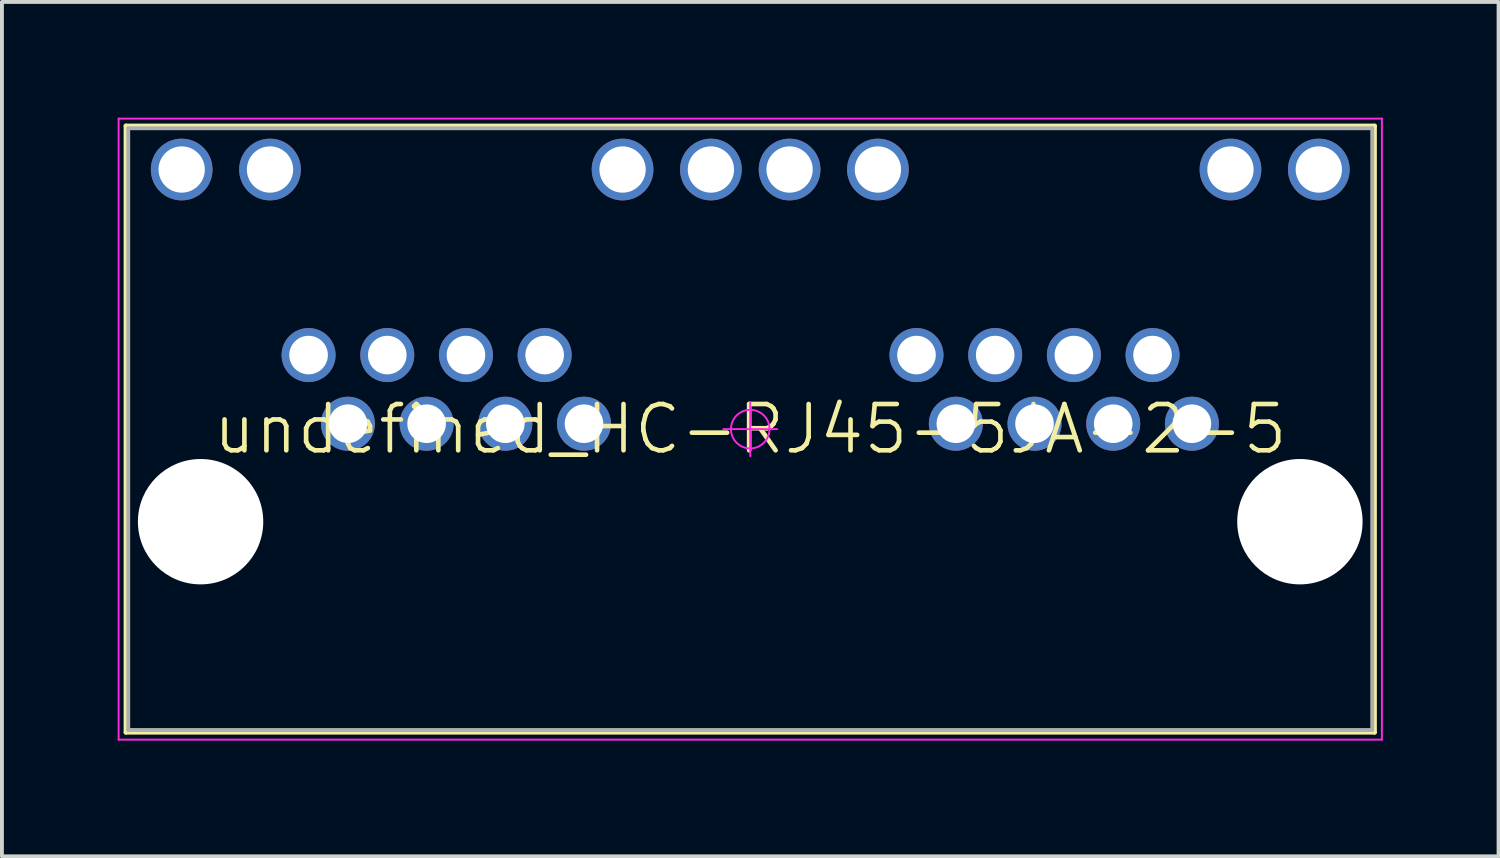
<source format=kicad_pcb>
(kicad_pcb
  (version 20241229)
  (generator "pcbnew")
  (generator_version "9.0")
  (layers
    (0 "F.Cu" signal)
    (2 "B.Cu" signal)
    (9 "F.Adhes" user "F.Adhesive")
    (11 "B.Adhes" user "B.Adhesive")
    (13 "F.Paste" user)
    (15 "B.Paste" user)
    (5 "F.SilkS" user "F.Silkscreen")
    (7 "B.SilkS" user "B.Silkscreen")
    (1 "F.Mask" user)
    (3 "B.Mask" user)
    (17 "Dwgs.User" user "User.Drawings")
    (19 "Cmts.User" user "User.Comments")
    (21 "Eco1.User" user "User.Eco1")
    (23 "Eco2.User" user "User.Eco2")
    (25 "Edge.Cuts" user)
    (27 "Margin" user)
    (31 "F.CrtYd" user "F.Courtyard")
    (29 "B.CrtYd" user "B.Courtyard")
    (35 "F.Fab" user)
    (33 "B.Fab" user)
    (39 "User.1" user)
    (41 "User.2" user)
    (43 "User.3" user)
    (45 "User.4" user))
  (footprint "undefined_HC-RJ45-5JA-2-5"
    (layer "F.Cu")
    (at 16.4 8.075)
    (property "Reference" "undefined_HC-RJ45-5JA-2-5" (at 0 0 0) (layer "F.SilkS") (effects (font (size 1.2 1.2) (thickness 0.12))))
    (attr through_hole)
    (fp_line (start -16.185 -7.86) (end 16.185 -7.86) (stroke (width 0.12) (type solid)) (layer "F.SilkS"))
    (fp_line (start -16.185 7.86) (end -16.185 -7.86) (stroke (width 0.12) (type solid)) (layer "F.SilkS"))
    (fp_line (start 16.185 -7.86) (end 16.185 7.86) (stroke (width 0.12) (type solid)) (layer "F.SilkS"))
    (fp_line (start 16.185 7.86) (end -16.185 7.86) (stroke (width 0.12) (type solid)) (layer "F.SilkS"))
    (fp_line (start -16.375 -8.05) (end 16.375 -8.05) (stroke (width 0.05) (type solid)) (layer "F.CrtYd"))
    (fp_line (start -16.375 8.05) (end -16.375 -8.05) (stroke (width 0.05) (type solid)) (layer "F.CrtYd"))
    (fp_line (start -0.7 0) (end 0.7 0) (stroke (width 0.05) (type solid)) (layer "F.CrtYd"))
    (fp_line (start 0 -0.7) (end 0 0.7) (stroke (width 0.05) (type solid)) (layer "F.CrtYd"))
    (fp_line (start 16.375 -8.05) (end 16.375 8.05) (stroke (width 0.05) (type solid)) (layer "F.CrtYd"))
    (fp_line (start 16.375 8.05) (end -16.375 8.05) (stroke (width 0.05) (type solid)) (layer "F.CrtYd"))
    (fp_circle (center 0 0) (end 0 0.5) (stroke (width 0.05) (type solid)) (fill no) (layer "F.CrtYd"))
    (fp_line (start -16.125 -7.8) (end 16.125 -7.8) (stroke (width 0.1) (type solid)) (layer "F.Fab"))
    (fp_line (start -16.125 7.8) (end -16.125 -7.8) (stroke (width 0.1) (type solid)) (layer "F.Fab"))
    (fp_line (start 16.125 -7.8) (end 16.125 7.8) (stroke (width 0.1) (type solid)) (layer "F.Fab"))
    (fp_line (start 16.125 7.8) (end -16.125 7.8) (stroke (width 0.1) (type solid)) (layer "F.Fab"))
    (pad "" np_thru_hole circle (at -14.25 2.4) (size 3.25 3.25) (drill 3.25) (layers "*.Cu" "*.Mask"))
    (pad "" np_thru_hole circle (at 14.25 2.4) (size 3.25 3.25) (drill 3.25) (layers "*.Cu" "*.Mask"))
    (pad "1" thru_hole circle (at 11.45 -0.14) (size 1.4 1.4) (drill 1) (layers "*.Cu" "*.Mask"))
    (pad "2" thru_hole circle (at 10.43 -1.92) (size 1.4 1.4) (drill 1) (layers "*.Cu" "*.Mask"))
    (pad "3" thru_hole circle (at 9.41 -0.14) (size 1.4 1.4) (drill 1) (layers "*.Cu" "*.Mask"))
    (pad "4" thru_hole circle (at 8.39 -1.92) (size 1.4 1.4) (drill 1) (layers "*.Cu" "*.Mask"))
    (pad "5" thru_hole circle (at 7.37 -0.14) (size 1.4 1.4) (drill 1) (layers "*.Cu" "*.Mask"))
    (pad "6" thru_hole circle (at 6.35 -1.92) (size 1.4 1.4) (drill 1) (layers "*.Cu" "*.Mask"))
    (pad "7" thru_hole circle (at 5.33 -0.14) (size 1.4 1.4) (drill 1) (layers "*.Cu" "*.Mask"))
    (pad "8" thru_hole circle (at 4.31 -1.92) (size 1.4 1.4) (drill 1) (layers "*.Cu" "*.Mask"))
    (pad "9" thru_hole circle (at 14.74 -6.73) (size 1.6 1.6) (drill 1.2) (layers "*.Cu" "*.Mask"))
    (pad "10" thru_hole circle (at 12.45 -6.73) (size 1.6 1.6) (drill 1.2) (layers "*.Cu" "*.Mask"))
    (pad "11" thru_hole circle (at 3.31 -6.73) (size 1.6 1.6) (drill 1.2) (layers "*.Cu" "*.Mask"))
    (pad "12" thru_hole circle (at 1.02 -6.73) (size 1.6 1.6) (drill 1.2) (layers "*.Cu" "*.Mask"))
    (pad "13" thru_hole circle (at -4.31 -0.14) (size 1.4 1.4) (drill 1) (layers "*.Cu" "*.Mask"))
    (pad "14" thru_hole circle (at -5.33 -1.92) (size 1.4 1.4) (drill 1) (layers "*.Cu" "*.Mask"))
    (pad "15" thru_hole circle (at -6.35 -0.14) (size 1.4 1.4) (drill 1) (layers "*.Cu" "*.Mask"))
    (pad "16" thru_hole circle (at -7.37 -1.92) (size 1.4 1.4) (drill 1) (layers "*.Cu" "*.Mask"))
    (pad "17" thru_hole circle (at -8.39 -0.14) (size 1.4 1.4) (drill 1) (layers "*.Cu" "*.Mask"))
    (pad "18" thru_hole circle (at -9.41 -1.92) (size 1.4 1.4) (drill 1) (layers "*.Cu" "*.Mask"))
    (pad "19" thru_hole circle (at -10.43 -0.14) (size 1.4 1.4) (drill 1) (layers "*.Cu" "*.Mask"))
    (pad "20" thru_hole circle (at -11.45 -1.92) (size 1.4 1.4) (drill 1) (layers "*.Cu" "*.Mask"))
    (pad "21" thru_hole circle (at -1.02 -6.73) (size 1.6 1.6) (drill 1.2) (layers "*.Cu" "*.Mask"))
    (pad "22" thru_hole circle (at -3.31 -6.73) (size 1.6 1.6) (drill 1.2) (layers "*.Cu" "*.Mask"))
    (pad "23" thru_hole circle (at -12.45 -6.73) (size 1.6 1.6) (drill 1.2) (layers "*.Cu" "*.Mask"))
    (pad "24" thru_hole circle (at -14.74 -6.73) (size 1.6 1.6) (drill 1.2) (layers "*.Cu" "*.Mask")))
  (gr_rect
    (start -3 -3)
    (end 35.8 19.15)
    (stroke (width 0.1) (type default))
    (fill no)
    (layer "Edge.Cuts")))
</source>
